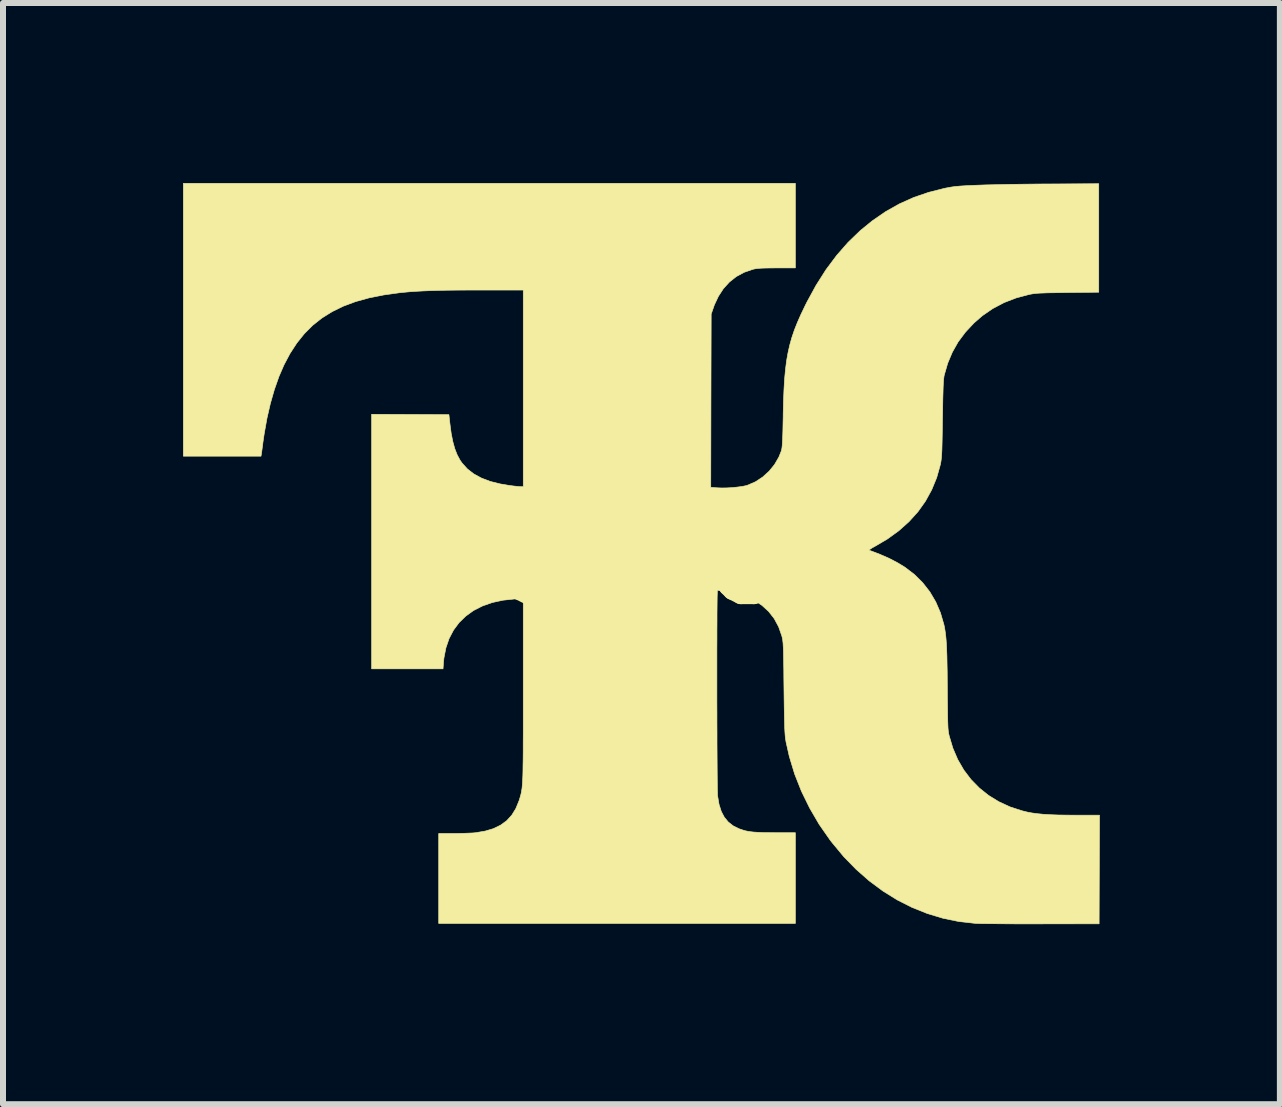
<source format=kicad_pcb>
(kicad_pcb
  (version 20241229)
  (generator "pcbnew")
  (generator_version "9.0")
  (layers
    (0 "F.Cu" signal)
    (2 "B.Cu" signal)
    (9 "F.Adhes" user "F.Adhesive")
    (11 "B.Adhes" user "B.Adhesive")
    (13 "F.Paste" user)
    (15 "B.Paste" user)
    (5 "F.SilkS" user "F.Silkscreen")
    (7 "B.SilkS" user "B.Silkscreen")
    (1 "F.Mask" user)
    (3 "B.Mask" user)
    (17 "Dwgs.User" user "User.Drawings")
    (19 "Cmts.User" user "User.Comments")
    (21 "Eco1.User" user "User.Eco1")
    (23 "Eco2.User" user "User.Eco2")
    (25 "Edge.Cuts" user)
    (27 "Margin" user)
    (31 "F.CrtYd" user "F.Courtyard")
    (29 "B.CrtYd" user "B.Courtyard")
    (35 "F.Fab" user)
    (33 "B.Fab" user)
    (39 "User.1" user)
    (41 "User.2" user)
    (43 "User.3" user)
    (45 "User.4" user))
  (footprint "logo"
    (layer "F.Cu")
    (at 7.625 6.177)
    (property "Reference" "logo" (at 0 0 0) (layer "F.SilkS") (effects (font (size 1.524 1.524) (thickness 0.3))))
    (attr through_hole)
    (fp_poly (pts (xy 2.578 -4.763) (xy 2.269 -4.763) (xy 2.167 -4.762) (xy 2.087 -4.761) (xy 2.023 -4.759) (xy 1.973 -4.756) (xy 1.933 -4.752) (xy 1.897 -4.746) (xy 1.864 -4.738) (xy 1.723 -4.689) (xy 1.594 -4.619) (xy 1.479 -4.528) (xy 1.379 -4.418) (xy 1.295 -4.289) (xy 1.227 -4.144) (xy 1.217 -4.114) (xy 1.175 -3.994) (xy 1.171 -2.551) (xy 1.168 -1.107) (xy 1.273 -1.099) (xy 1.347 -1.096) (xy 1.433 -1.097) (xy 1.523 -1.102) (xy 1.612 -1.111) (xy 1.693 -1.122) (xy 1.758 -1.135) (xy 1.783 -1.143) (xy 1.914 -1.2) (xy 2.034 -1.279) (xy 2.141 -1.376) (xy 2.231 -1.487) (xy 2.303 -1.611) (xy 2.344 -1.714) (xy 2.349 -1.735) (xy 2.354 -1.761) (xy 2.358 -1.794) (xy 2.361 -1.836) (xy 2.364 -1.891) (xy 2.367 -1.961) (xy 2.37 -2.048) (xy 2.372 -2.155) (xy 2.375 -2.284) (xy 2.375 -2.324) (xy 2.38 -2.54) (xy 2.388 -2.734) (xy 2.398 -2.909) (xy 2.413 -3.067) (xy 2.431 -3.213) (xy 2.455 -3.348) (xy 2.484 -3.477) (xy 2.519 -3.602) (xy 2.561 -3.726) (xy 2.611 -3.852) (xy 2.669 -3.984) (xy 2.736 -4.124) (xy 2.769 -4.191) (xy 2.923 -4.473) (xy 3.088 -4.733) (xy 3.266 -4.971) (xy 3.456 -5.188) (xy 3.659 -5.384) (xy 3.859 -5.547) (xy 4.081 -5.7) (xy 4.31 -5.829) (xy 4.55 -5.937) (xy 4.801 -6.023) (xy 5.067 -6.09) (xy 5.175 -6.11) (xy 5.239 -6.119) (xy 5.328 -6.127) (xy 5.443 -6.134) (xy 5.583 -6.14) (xy 5.748 -6.146) (xy 5.939 -6.15) (xy 6.155 -6.155) (xy 6.396 -6.158) (xy 6.663 -6.161) (xy 6.955 -6.162) (xy 6.956 -6.162) (xy 7.633 -6.166) (xy 7.633 -5.262) (xy 7.633 -4.358) (xy 7.115 -4.353) (xy 6.984 -4.351) (xy 6.875 -4.349) (xy 6.786 -4.348) (xy 6.713 -4.345) (xy 6.654 -4.343) (xy 6.605 -4.34) (xy 6.565 -4.336) (xy 6.529 -4.331) (xy 6.496 -4.325) (xy 6.471 -4.32) (xy 6.254 -4.262) (xy 6.053 -4.184) (xy 5.866 -4.085) (xy 5.693 -3.966) (xy 5.554 -3.845) (xy 5.41 -3.691) (xy 5.29 -3.53) (xy 5.193 -3.358) (xy 5.116 -3.175) (xy 5.059 -2.978) (xy 5.054 -2.953) (xy 5.05 -2.921) (xy 5.046 -2.881) (xy 5.043 -2.829) (xy 5.04 -2.765) (xy 5.038 -2.685) (xy 5.035 -2.587) (xy 5.033 -2.47) (xy 5.031 -2.33) (xy 5.029 -2.248) (xy 5.027 -2.102) (xy 5.025 -1.979) (xy 5.023 -1.876) (xy 5.021 -1.791) (xy 5.019 -1.721) (xy 5.016 -1.665) (xy 5.013 -1.619) (xy 5.009 -1.58) (xy 5.005 -1.547) (xy 5 -1.518) (xy 4.994 -1.488) (xy 4.993 -1.483) (xy 4.933 -1.269) (xy 4.85 -1.067) (xy 4.746 -0.877) (xy 4.62 -0.7) (xy 4.472 -0.536) (xy 4.303 -0.385) (xy 4.113 -0.247) (xy 3.906 -0.125) (xy 3.855 -0.097) (xy 3.822 -0.075) (xy 3.808 -0.062) (xy 3.81 -0.058) (xy 3.986 0.009) (xy 4.141 0.077) (xy 4.277 0.148) (xy 4.401 0.223) (xy 4.405 0.226) (xy 4.561 0.345) (xy 4.699 0.482) (xy 4.818 0.634) (xy 4.917 0.802) (xy 4.995 0.983) (xy 5.052 1.177) (xy 5.06 1.213) (xy 5.069 1.263) (xy 5.077 1.316) (xy 5.084 1.374) (xy 5.09 1.44) (xy 5.095 1.516) (xy 5.099 1.605) (xy 5.103 1.708) (xy 5.105 1.829) (xy 5.108 1.968) (xy 5.109 2.129) (xy 5.11 2.248) (xy 5.111 2.398) (xy 5.113 2.526) (xy 5.114 2.632) (xy 5.115 2.72) (xy 5.117 2.793) (xy 5.119 2.851) (xy 5.121 2.898) (xy 5.124 2.937) (xy 5.128 2.968) (xy 5.132 2.996) (xy 5.138 3.021) (xy 5.141 3.035) (xy 5.202 3.239) (xy 5.283 3.428) (xy 5.384 3.603) (xy 5.504 3.761) (xy 5.643 3.903) (xy 5.798 4.027) (xy 5.969 4.132) (xy 6.155 4.218) (xy 6.356 4.283) (xy 6.44 4.304) (xy 6.52 4.319) (xy 6.609 4.331) (xy 6.71 4.341) (xy 6.825 4.348) (xy 6.957 4.353) (xy 7.109 4.355) (xy 7.266 4.356) (xy 7.646 4.356) (xy 7.642 5.261) (xy 7.639 6.166) (xy 6.687 6.167) (xy 6.529 6.167) (xy 6.375 6.167) (xy 6.227 6.167) (xy 6.089 6.166) (xy 5.961 6.165) (xy 5.848 6.164) (xy 5.75 6.163) (xy 5.671 6.162) (xy 5.613 6.16) (xy 5.58 6.159) (xy 5.307 6.129) (xy 5.039 6.074) (xy 4.777 5.995) (xy 4.522 5.893) (xy 4.275 5.768) (xy 4.037 5.62) (xy 3.808 5.45) (xy 3.591 5.259) (xy 3.384 5.047) (xy 3.19 4.813) (xy 3.155 4.768) (xy 2.974 4.508) (xy 2.816 4.237) (xy 2.679 3.957) (xy 2.566 3.671) (xy 2.477 3.378) (xy 2.423 3.139) (xy 2.418 3.108) (xy 2.413 3.078) (xy 2.409 3.044) (xy 2.406 3.004) (xy 2.403 2.958) (xy 2.4 2.902) (xy 2.398 2.833) (xy 2.396 2.751) (xy 2.394 2.652) (xy 2.392 2.534) (xy 2.39 2.396) (xy 2.388 2.235) (xy 2.386 2.076) (xy 2.385 1.94) (xy 2.383 1.824) (xy 2.381 1.728) (xy 2.38 1.649) (xy 2.378 1.584) (xy 2.375 1.532) (xy 2.373 1.49) (xy 2.369 1.457) (xy 2.366 1.429) (xy 2.361 1.406) (xy 2.356 1.384) (xy 2.351 1.365) (xy 2.298 1.215) (xy 2.225 1.08) (xy 2.133 0.962) (xy 2.021 0.86) (xy 1.892 0.776) (xy 1.745 0.709) (xy 1.632 0.674) (xy 1.587 0.663) (xy 1.529 0.651) (xy 1.465 0.638) (xy 1.401 0.627) (xy 1.344 0.617) (xy 1.3 0.611) (xy 1.28 0.61) (xy 1.278 0.622) (xy 1.277 0.658) (xy 1.275 0.716) (xy 1.274 0.794) (xy 1.273 0.89) (xy 1.272 1.003) (xy 1.272 1.13) (xy 1.271 1.27) (xy 1.271 1.422) (xy 1.27 1.582) (xy 1.27 1.751) (xy 1.27 1.925) (xy 1.27 2.103) (xy 1.27 2.283) (xy 1.27 2.464) (xy 1.271 2.643) (xy 1.271 2.819) (xy 1.272 2.99) (xy 1.272 3.155) (xy 1.273 3.311) (xy 1.274 3.457) (xy 1.275 3.591) (xy 1.276 3.71) (xy 1.277 3.815) (xy 1.278 3.902) (xy 1.28 3.969) (xy 1.281 4.016) (xy 1.283 4.039) (xy 1.306 4.176) (xy 1.343 4.293) (xy 1.394 4.39) (xy 1.46 4.47) (xy 1.542 4.534) (xy 1.641 4.583) (xy 1.648 4.585) (xy 1.7 4.603) (xy 1.753 4.618) (xy 1.812 4.629) (xy 1.878 4.637) (xy 1.957 4.642) (xy 2.051 4.646) (xy 2.165 4.647) (xy 2.245 4.648) (xy 2.578 4.648) (xy 2.578 6.16) (xy -3.365 6.16) (xy -3.365 4.661) (xy -3.115 4.661) (xy -3.028 4.66) (xy -2.941 4.658) (xy -2.861 4.655) (xy -2.793 4.652) (xy -2.75 4.648) (xy -2.591 4.621) (xy -2.453 4.58) (xy -2.334 4.522) (xy -2.232 4.448) (xy -2.148 4.356) (xy -2.08 4.246) (xy -2.027 4.117) (xy -2.02 4.096) (xy -2.011 4.066) (xy -2.003 4.037) (xy -1.995 4.009) (xy -1.988 3.979) (xy -1.983 3.947) (xy -1.977 3.911) (xy -1.973 3.869) (xy -1.969 3.82) (xy -1.966 3.763) (xy -1.963 3.696) (xy -1.961 3.618) (xy -1.96 3.526) (xy -1.958 3.421) (xy -1.957 3.3) (xy -1.957 3.161) (xy -1.956 3.004) (xy -1.956 2.827) (xy -1.956 2.628) (xy -1.956 2.406) (xy -1.956 2.262) (xy -1.956 0.745) (xy -2.099 0.753) (xy -2.294 0.774) (xy -2.474 0.813) (xy -2.638 0.871) (xy -2.785 0.946) (xy -2.914 1.039) (xy -3.026 1.148) (xy -3.118 1.272) (xy -3.192 1.413) (xy -3.245 1.568) (xy -3.278 1.737) (xy -3.285 1.806) (xy -3.293 1.918) (xy -4.483 1.918) (xy -4.483 -2.324) (xy -3.839 -2.321) (xy -3.195 -2.318) (xy -3.178 -2.165) (xy -3.157 -2.006) (xy -3.13 -1.869) (xy -3.097 -1.75) (xy -3.057 -1.648) (xy -3.009 -1.559) (xy -2.974 -1.509) (xy -2.887 -1.413) (xy -2.78 -1.33) (xy -2.653 -1.261) (xy -2.506 -1.205) (xy -2.337 -1.163) (xy -2.181 -1.137) (xy -2.118 -1.129) (xy -2.061 -1.123) (xy -2.017 -1.119) (xy -1.993 -1.118) (xy -1.956 -1.118) (xy -1.956 -4.394) (xy -2.664 -4.394) (xy -2.873 -4.394) (xy -3.06 -4.393) (xy -3.226 -4.391) (xy -3.375 -4.388) (xy -3.509 -4.384) (xy -3.629 -4.379) (xy -3.74 -4.373) (xy -3.843 -4.366) (xy -3.941 -4.357) (xy -4.02 -4.349) (xy -4.284 -4.312) (xy -4.528 -4.263) (xy -4.751 -4.201) (xy -4.955 -4.125) (xy -5.141 -4.034) (xy -5.311 -3.928) (xy -5.465 -3.806) (xy -5.604 -3.667) (xy -5.729 -3.511) (xy -5.843 -3.336) (xy -5.943 -3.147) (xy -6.027 -2.953) (xy -6.103 -2.737) (xy -6.17 -2.504) (xy -6.227 -2.256) (xy -6.273 -1.997) (xy -6.293 -1.861) (xy -6.301 -1.797) (xy -6.309 -1.739) (xy -6.315 -1.693) (xy -6.319 -1.667) (xy -6.326 -1.626) (xy -7.62 -1.626) (xy -7.62 -6.172) (xy 2.578 -6.172) (xy 2.578 -4.763)) (stroke (width 0.01) (type solid)) (fill yes) (layer "F.SilkS")))
  (gr_rect
    (start -3 -3)
    (end 18.276 15.349)
    (stroke (width 0.1) (type default))
    (fill no)
    (layer "Edge.Cuts")))
</source>
